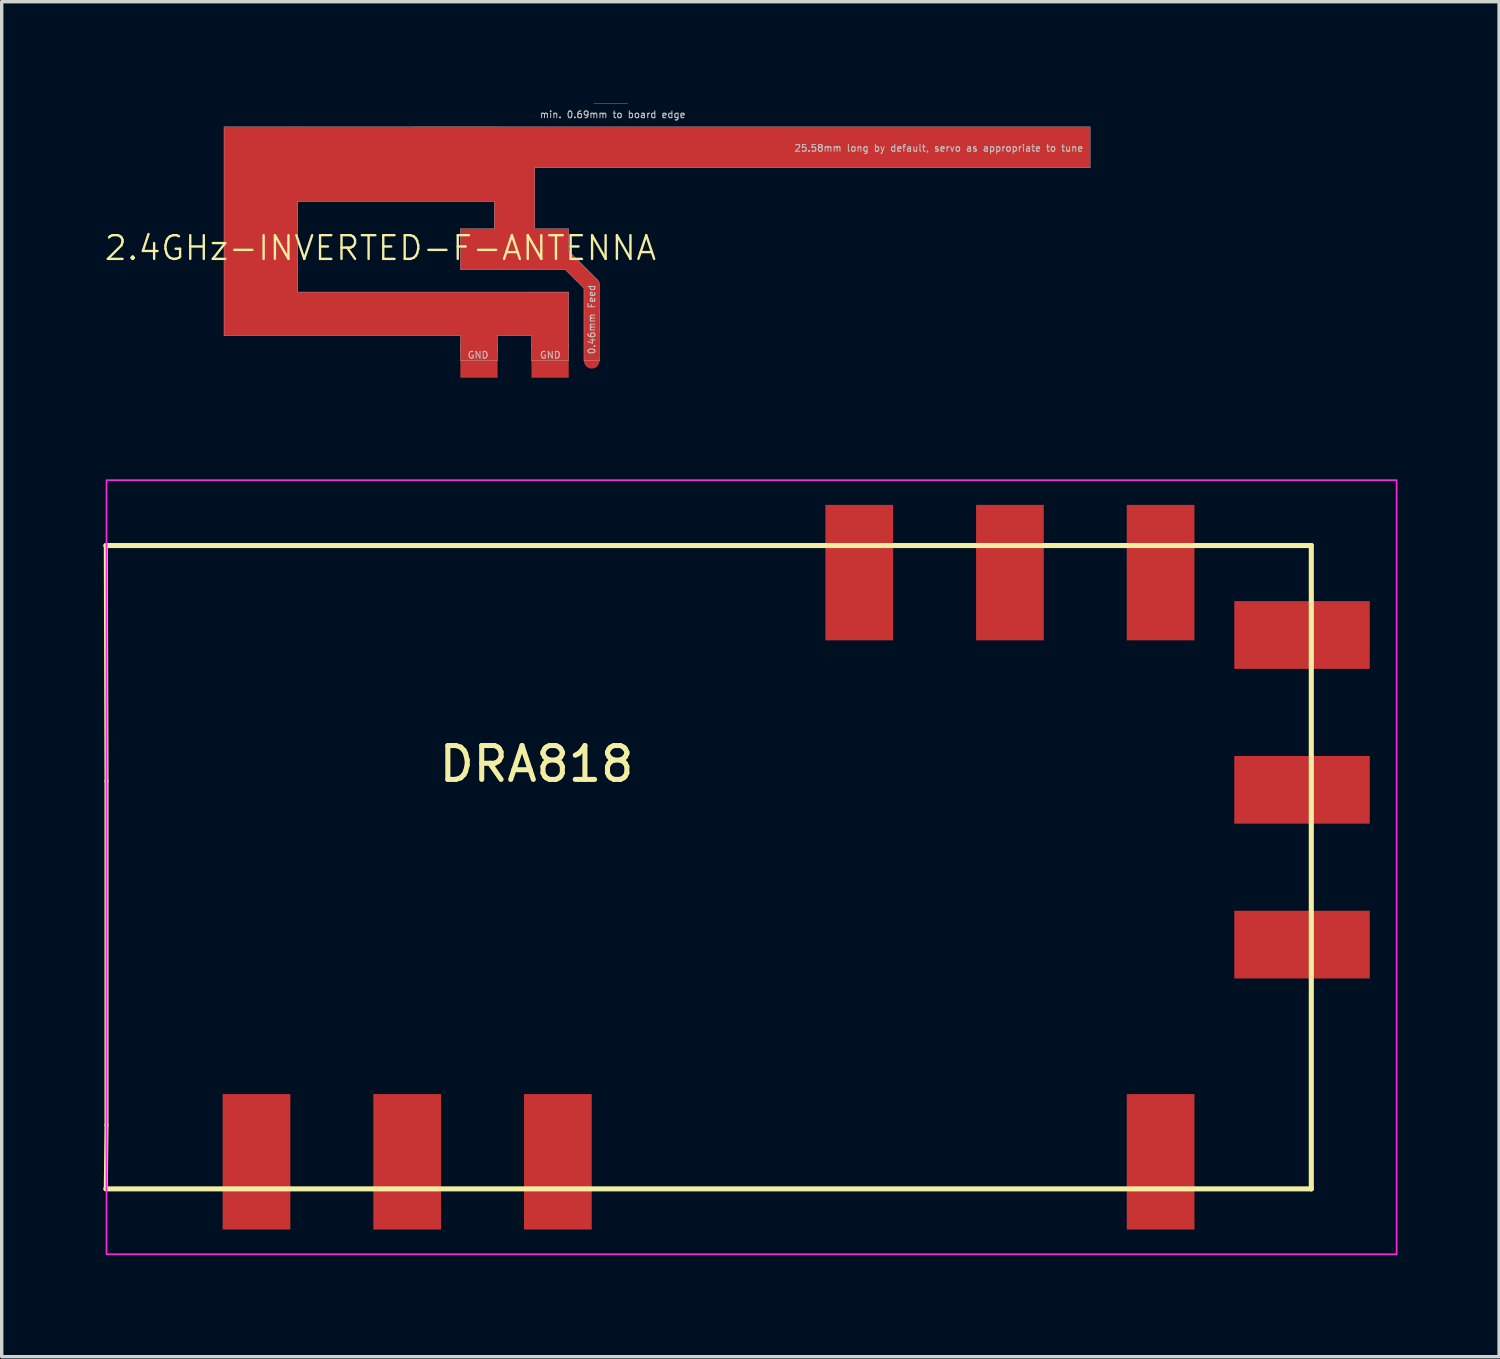
<source format=kicad_pcb>
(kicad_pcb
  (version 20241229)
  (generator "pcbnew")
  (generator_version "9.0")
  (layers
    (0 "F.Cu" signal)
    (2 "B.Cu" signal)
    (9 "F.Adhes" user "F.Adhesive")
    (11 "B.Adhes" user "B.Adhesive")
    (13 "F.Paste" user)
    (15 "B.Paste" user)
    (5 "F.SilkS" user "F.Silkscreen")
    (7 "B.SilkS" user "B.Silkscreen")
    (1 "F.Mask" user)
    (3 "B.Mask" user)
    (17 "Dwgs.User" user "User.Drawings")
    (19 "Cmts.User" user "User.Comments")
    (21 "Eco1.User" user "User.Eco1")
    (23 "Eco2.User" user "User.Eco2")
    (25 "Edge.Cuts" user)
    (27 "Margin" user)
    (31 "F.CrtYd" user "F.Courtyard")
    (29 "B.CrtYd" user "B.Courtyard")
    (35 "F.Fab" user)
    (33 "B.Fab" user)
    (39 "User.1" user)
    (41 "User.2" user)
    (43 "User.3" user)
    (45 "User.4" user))
  (footprint "2.4GHz-INVERTED-F-ANTENNA"
    (layer "F.Cu")
    (at 14.425 7.605)
    (property "Reference" "2.4GHz-INVERTED-F-ANTENNA" (at -6.24 -3.33 0) (layer "F.SilkS") (effects (font (size 0.7 0.7) (thickness 0.07))))
    (attr through_hole)
    (fp_line (start -10.86 -6.91) (end -10.86 -0.74) (stroke (width 0.01) (type solid)) (layer "Dwgs.User"))
    (fp_line (start -10.86 -0.74) (end -3.88 -0.74) (stroke (width 0.01) (type solid)) (layer "Dwgs.User"))
    (fp_line (start -8.68 -4.7) (end -2.88 -4.7) (stroke (width 0.01) (type solid)) (layer "Dwgs.User"))
    (fp_line (start -8.68 -2.03) (end -8.68 -4.7) (stroke (width 0.01) (type solid)) (layer "Dwgs.User"))
    (fp_line (start -3.88 -3.9) (end -3.88 -2.69) (stroke (width 0.01) (type solid)) (layer "Dwgs.User"))
    (fp_line (start -3.88 -2.69) (end -0.78 -2.69) (stroke (width 0.01) (type solid)) (layer "Dwgs.User"))
    (fp_line (start -3.88 -0.74) (end -3.88 0) (stroke (width 0.01) (type solid)) (layer "Dwgs.User"))
    (fp_line (start -3.88 0) (end -2.78 0) (stroke (width 0.01) (type solid)) (layer "Dwgs.User"))
    (fp_line (start -2.88 -4.7) (end -2.88 -3.9) (stroke (width 0.01) (type solid)) (layer "Dwgs.User"))
    (fp_line (start -2.88 -3.9) (end -3.88 -3.9) (stroke (width 0.01) (type solid)) (layer "Dwgs.User"))
    (fp_line (start -2.78 -0.74) (end -2.78 0) (stroke (width 0.01) (type solid)) (layer "Dwgs.User"))
    (fp_line (start -2.78 -0.74) (end -1.78 -0.74) (stroke (width 0.01) (type solid)) (layer "Dwgs.User"))
    (fp_line (start -1.78 -0.74) (end -1.78 0) (stroke (width 0.01) (type solid)) (layer "Dwgs.User"))
    (fp_line (start -1.78 0) (end -0.68 0) (stroke (width 0.01) (type solid)) (layer "Dwgs.User"))
    (fp_line (start -1.68 -5.7) (end 14.72 -5.7) (stroke (width 0.01) (type solid)) (layer "Dwgs.User"))
    (fp_line (start -1.68 -3.9) (end -1.68 -5.7) (stroke (width 0.01) (type solid)) (layer "Dwgs.User"))
    (fp_line (start -0.78 -2.69) (end -0.23 -2.14) (stroke (width 0.01) (type solid)) (layer "Dwgs.User"))
    (fp_line (start -0.68 -3.9) (end -1.68 -3.9) (stroke (width 0.01) (type solid)) (layer "Dwgs.User"))
    (fp_line (start -0.68 -3.24) (end -0.68 -3.9) (stroke (width 0.01) (type solid)) (layer "Dwgs.User"))
    (fp_line (start -0.68 -2.03) (end -8.68 -2.03) (stroke (width 0.01) (type solid)) (layer "Dwgs.User"))
    (fp_line (start -0.68 0) (end -0.68 -2.03) (stroke (width 0.01) (type solid)) (layer "Dwgs.User"))
    (fp_line (start -0.23 0) (end -0.23 -2.14) (stroke (width 0.01) (type solid)) (layer "Dwgs.User"))
    (fp_line (start 0.18 -2.38) (end -0.68 -3.24) (stroke (width 0.01) (type solid)) (layer "Dwgs.User"))
    (fp_line (start 0.22 -2.31) (end 0.18 -2.38) (stroke (width 0.01) (type solid)) (layer "Dwgs.User"))
    (fp_line (start 0.23 -2.24) (end 0.22 -2.31) (stroke (width 0.01) (type solid)) (layer "Dwgs.User"))
    (fp_line (start 0.23 0) (end -0.23 0) (stroke (width 0.01) (type solid)) (layer "Dwgs.User"))
    (fp_line (start 0.23 0) (end 0.23 -2.24) (stroke (width 0.01) (type solid)) (layer "Dwgs.User"))
    (fp_line (start 1.06 -7.6) (end 0.06 -7.6) (stroke (width 0.01) (type solid)) (layer "Dwgs.User"))
    (fp_line (start 14.72 -6.91) (end -10.86 -6.91) (stroke (width 0.01) (type solid)) (layer "Dwgs.User"))
    (fp_line (start 14.72 -5.7) (end 14.72 -6.91) (stroke (width 0.01) (type solid)) (layer "Dwgs.User"))
    (fp_text user "min. 0.69mm to board edge" (at 0.62 -7.27 0) (layer "Dwgs.User") (effects (font (size 0.2 0.2) (thickness 0.03))))
    (fp_text user "25.58mm long by default, servo as appropriate to tune" (at 10.25 -6.28 0) (layer "Dwgs.User") (effects (font (size 0.2 0.2) (thickness 0.03))))
    (fp_text user "GND          GND" (at -2.29 -0.17 0) (layer "Dwgs.User") (effects (font (size 0.2 0.2) (thickness 0.03))))
    (fp_text user "0.46mm Feed" (at 0 -1.22 90) (layer "Dwgs.User") (effects (font (size 0.2 0.2) (thickness 0.03))))
    (pad "1" smd rect (at -9.77 -4.41) (size 2.18 5) (layers "F.Cu"))
    (pad "1" smd rect (at -5.86 -1.385) (size 10 1.29) (layers "F.Cu"))
    (pad "1" smd rect (at -5.8 -5.805) (size 6 2.21) (layers "F.Cu"))
    (pad "1" smd rect (at -3.33 -1.03) (size 1.1 1.524) (layers "F.Cu"))
    (pad "1" smd rect (at -2.28 -4.52) (size 1.2 3) (layers "F.Cu"))
    (pad "1" smd rect (at -2.28 -3.295) (size 3.2 1.21) (layers "F.Cu"))
    (pad "1" smd rect (at -1.23 -1.205) (size 1.1 1.651) (layers "F.Cu"))
    (pad "1" smd rect (at -0.495 -2.73 45) (size 0.46 1.4) (layers "F.Cu"))
    (pad "1" smd circle (at 0 -2.235) (size 0.46 0.46) (layers "F.Cu"))
    (pad "1" smd rect (at 0 -1.54) (size 0.46 1.39) (layers "F.Cu"))
    (pad "1" smd rect (at 0 -0.75) (size 0.46 1.5) (layers "F.Cu"))
    (pad "1" smd circle (at 0 0) (size 0.46 0.46) (layers "F.Cu" "F.Mask"))
    (pad "1" smd rect (at 4.72 -6.305) (size 20 1.21) (layers "F.Cu"))
    (pad "2" smd rect (at -3.33 0) (size 1.1 1) (layers "F.Cu"))
    (pad "2" smd rect (at -1.23 0) (size 1.1 1) (layers "F.Cu")))
  (footprint "DRA818"
    (layer "F.Cu")
    (at 17.875 22.56)
    (property "Reference" "DRA818" (at -5.08 -3.048 0) (layer "F.SilkS") (effects (font (size 1 1) (thickness 0.15))))
    (attr through_hole)
    (fp_line (start -17.8 -9.5) (end -17.78 -2.54) (stroke (width 0.12) (type solid)) (layer "F.SilkS"))
    (fp_line (start -17.8 -9.5) (end 17.8 -9.5) (stroke (width 0.15) (type solid)) (layer "F.SilkS"))
    (fp_line (start -17.78 -2.54) (end -17.78 7.62) (stroke (width 0.12) (type solid)) (layer "F.SilkS"))
    (fp_line (start -17.78 7.62) (end -17.8 9.5) (stroke (width 0.12) (type solid)) (layer "F.SilkS"))
    (fp_line (start 17.8 -9.5) (end 17.8 9.5) (stroke (width 0.15) (type solid)) (layer "F.SilkS"))
    (fp_line (start 17.8 9.5) (end -17.8 9.5) (stroke (width 0.15) (type solid)) (layer "F.SilkS"))
    (fp_rect (start 20.32 -11.43) (end -17.78 11.43) (stroke (width 0.05) (type solid)) (fill no) (layer "F.CrtYd"))
    (pad "5" smd rect (at 4.45 -8.7 180) (size 2 4) (layers "F.Cu" "F.Mask" "F.Paste"))
    (pad "6" smd rect (at 8.9 -8.7 180) (size 2 4) (layers "F.Cu" "F.Mask" "F.Paste"))
    (pad "7" smd rect (at 13.35 -8.7 180) (size 2 4) (layers "F.Cu" "F.Mask" "F.Paste"))
    (pad "8" smd rect (at 17.526 -6.858 270) (size 2 4) (layers "F.Cu" "F.Mask" "F.Paste"))
    (pad "9" smd rect (at 17.526 -2.286 270) (size 2 4) (layers "F.Cu" "F.Mask" "F.Paste"))
    (pad "10" smd rect (at 17.526 2.286 270) (size 2 4) (layers "F.Cu" "F.Mask" "F.Paste"))
    (pad "12" smd rect (at 13.35 8.7 180) (size 2 4) (layers "F.Cu" "F.Mask" "F.Paste"))
    (pad "16" smd rect (at -4.45 8.7 180) (size 2 4) (layers "F.Cu" "F.Mask" "F.Paste"))
    (pad "17" smd rect (at -8.9 8.7 180) (size 2 4) (layers "F.Cu" "F.Mask" "F.Paste"))
    (pad "18" smd rect (at -13.35 8.7 180) (size 2 4) (layers "F.Cu" "F.Mask" "F.Paste")))
  (gr_rect
    (start -3 -3)
    (end 41.22 37.015)
    (stroke (width 0.1) (type default))
    (fill no)
    (layer "Edge.Cuts")))
</source>
